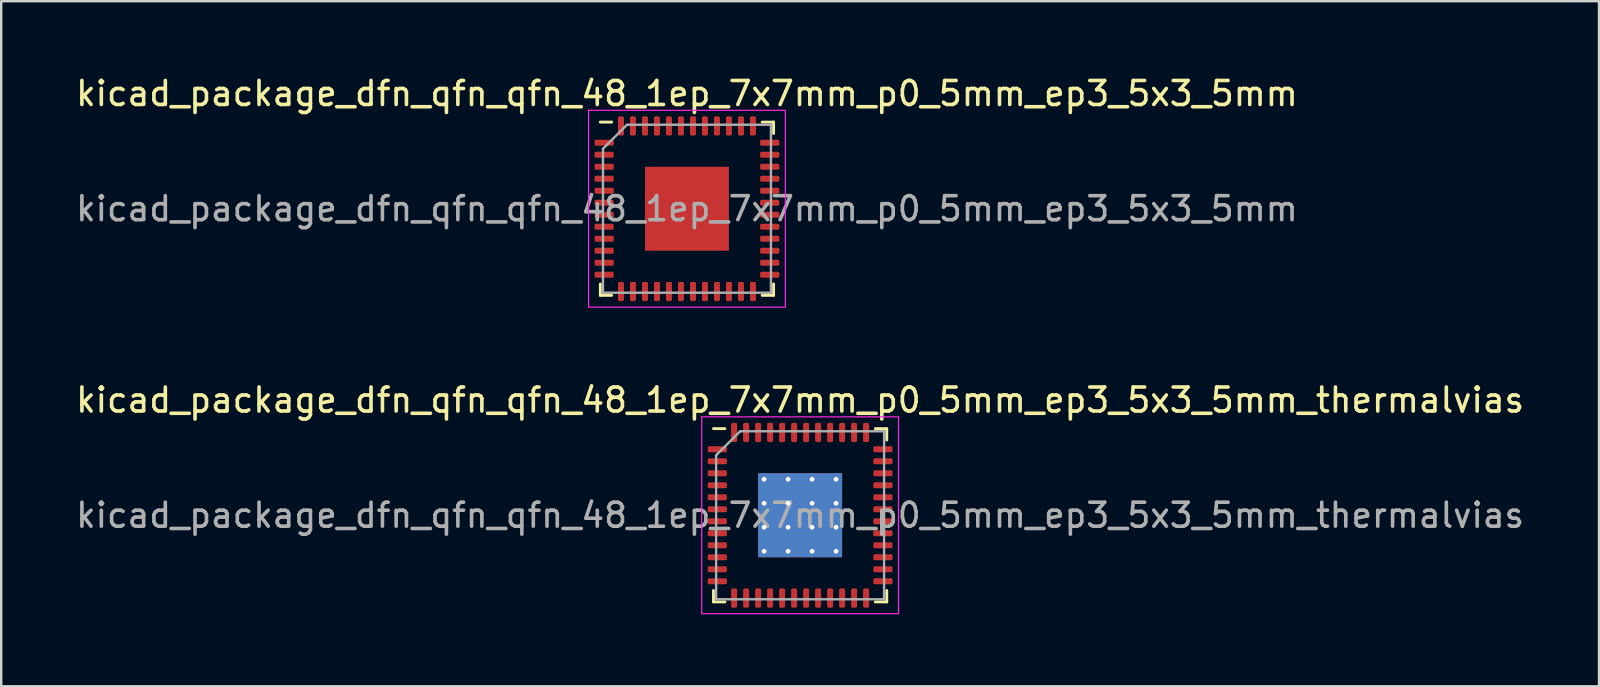
<source format=kicad_pcb>
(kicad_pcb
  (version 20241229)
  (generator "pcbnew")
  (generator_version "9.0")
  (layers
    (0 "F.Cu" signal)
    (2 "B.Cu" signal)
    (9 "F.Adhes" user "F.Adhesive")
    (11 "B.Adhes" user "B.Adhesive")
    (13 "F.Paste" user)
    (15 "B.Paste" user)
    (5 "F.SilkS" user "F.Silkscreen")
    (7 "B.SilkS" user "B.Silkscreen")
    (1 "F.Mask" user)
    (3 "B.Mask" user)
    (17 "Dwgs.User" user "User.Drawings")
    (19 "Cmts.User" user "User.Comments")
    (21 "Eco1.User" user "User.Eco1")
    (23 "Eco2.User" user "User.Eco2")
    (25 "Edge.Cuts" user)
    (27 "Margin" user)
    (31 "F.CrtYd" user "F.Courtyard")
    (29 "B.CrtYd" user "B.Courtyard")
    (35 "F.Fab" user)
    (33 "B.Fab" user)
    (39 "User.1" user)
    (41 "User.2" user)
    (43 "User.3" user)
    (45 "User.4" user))
  (footprint "kicad_package_dfn_qfn_qfn_48_1ep_7x7mm_p0_5mm_ep3_5x3_5mm_thermalvias"
    (layer "F.Cu")
    (at 30.292 18.422)
    (property "Reference" "kicad_package_dfn_qfn_qfn_48_1ep_7x7mm_p0_5mm_ep3_5x3_5mm_thermalvias" (at 0 -4.8 0) (layer "F.SilkS") (effects (font (size 1 1) (thickness 0.15))))
    (attr smd)
    (fp_line (start -3.61 3.61) (end -3.61 3.135) (stroke (width 0.12) (type solid)) (layer "F.SilkS"))
    (fp_line (start -3.135 -3.61) (end -3.61 -3.61) (stroke (width 0.12) (type solid)) (layer "F.SilkS"))
    (fp_line (start -3.135 3.61) (end -3.61 3.61) (stroke (width 0.12) (type solid)) (layer "F.SilkS"))
    (fp_line (start 3.135 -3.61) (end 3.61 -3.61) (stroke (width 0.12) (type solid)) (layer "F.SilkS"))
    (fp_line (start 3.135 3.61) (end 3.61 3.61) (stroke (width 0.12) (type solid)) (layer "F.SilkS"))
    (fp_line (start 3.61 -3.61) (end 3.61 -3.135) (stroke (width 0.12) (type solid)) (layer "F.SilkS"))
    (fp_line (start 3.61 3.61) (end 3.61 3.135) (stroke (width 0.12) (type solid)) (layer "F.SilkS"))
    (fp_line (start -4.1 -4.1) (end -4.1 4.1) (stroke (width 0.05) (type solid)) (layer "F.CrtYd"))
    (fp_line (start -4.1 4.1) (end 4.1 4.1) (stroke (width 0.05) (type solid)) (layer "F.CrtYd"))
    (fp_line (start 4.1 -4.1) (end -4.1 -4.1) (stroke (width 0.05) (type solid)) (layer "F.CrtYd"))
    (fp_line (start 4.1 4.1) (end 4.1 -4.1) (stroke (width 0.05) (type solid)) (layer "F.CrtYd"))
    (fp_line (start -3.5 -2.5) (end -2.5 -3.5) (stroke (width 0.1) (type solid)) (layer "F.Fab"))
    (fp_line (start -3.5 3.5) (end -3.5 -2.5) (stroke (width 0.1) (type solid)) (layer "F.Fab"))
    (fp_line (start -2.5 -3.5) (end 3.5 -3.5) (stroke (width 0.1) (type solid)) (layer "F.Fab"))
    (fp_line (start 3.5 -3.5) (end 3.5 3.5) (stroke (width 0.1) (type solid)) (layer "F.Fab"))
    (fp_line (start 3.5 3.5) (end -3.5 3.5) (stroke (width 0.1) (type solid)) (layer "F.Fab"))
    (fp_text user "${REFERENCE}" (at 0 0 0) (layer "F.Fab") (effects (font (size 1 1) (thickness 0.15))))
    (pad "" smd custom (at -1 -1) (size 0.772 0.772) (layers "F.Paste") (options (anchor circle)) (primitives (gr_poly (pts (xy -0.32 -0.211) (xy -0.211 -0.32) (xy 0.211 -0.32) (xy 0.32 -0.211) (xy 0.32 0.211) (xy 0.211 0.32) (xy -0.211 0.32) (xy -0.32 0.211)) (width 0.264) (fill yes))))
    (pad "" smd custom (at -1 0) (size 0.772 0.772) (layers "F.Paste") (options (anchor circle)) (primitives (gr_poly (pts (xy -0.32 -0.211) (xy -0.211 -0.32) (xy 0.211 -0.32) (xy 0.32 -0.211) (xy 0.32 0.211) (xy 0.211 0.32) (xy -0.211 0.32) (xy -0.32 0.211)) (width 0.264) (fill yes))))
    (pad "" smd custom (at -1 1) (size 0.772 0.772) (layers "F.Paste") (options (anchor circle)) (primitives (gr_poly (pts (xy -0.32 -0.211) (xy -0.211 -0.32) (xy 0.211 -0.32) (xy 0.32 -0.211) (xy 0.32 0.211) (xy 0.211 0.32) (xy -0.211 0.32) (xy -0.32 0.211)) (width 0.264) (fill yes))))
    (pad "" smd custom (at 0 -1) (size 0.772 0.772) (layers "F.Paste") (options (anchor circle)) (primitives (gr_poly (pts (xy -0.32 -0.211) (xy -0.211 -0.32) (xy 0.211 -0.32) (xy 0.32 -0.211) (xy 0.32 0.211) (xy 0.211 0.32) (xy -0.211 0.32) (xy -0.32 0.211)) (width 0.264) (fill yes))))
    (pad "" smd custom (at 0 0) (size 0.772 0.772) (layers "F.Paste") (options (anchor circle)) (primitives (gr_poly (pts (xy -0.32 -0.211) (xy -0.211 -0.32) (xy 0.211 -0.32) (xy 0.32 -0.211) (xy 0.32 0.211) (xy 0.211 0.32) (xy -0.211 0.32) (xy -0.32 0.211)) (width 0.264) (fill yes))))
    (pad "" smd custom (at 0 1) (size 0.772 0.772) (layers "F.Paste") (options (anchor circle)) (primitives (gr_poly (pts (xy -0.32 -0.211) (xy -0.211 -0.32) (xy 0.211 -0.32) (xy 0.32 -0.211) (xy 0.32 0.211) (xy 0.211 0.32) (xy -0.211 0.32) (xy -0.32 0.211)) (width 0.264) (fill yes))))
    (pad "" smd custom (at 1 -1) (size 0.772 0.772) (layers "F.Paste") (options (anchor circle)) (primitives (gr_poly (pts (xy -0.32 -0.211) (xy -0.211 -0.32) (xy 0.211 -0.32) (xy 0.32 -0.211) (xy 0.32 0.211) (xy 0.211 0.32) (xy -0.211 0.32) (xy -0.32 0.211)) (width 0.264) (fill yes))))
    (pad "" smd custom (at 1 0) (size 0.772 0.772) (layers "F.Paste") (options (anchor circle)) (primitives (gr_poly (pts (xy -0.32 -0.211) (xy -0.211 -0.32) (xy 0.211 -0.32) (xy 0.32 -0.211) (xy 0.32 0.211) (xy 0.211 0.32) (xy -0.211 0.32) (xy -0.32 0.211)) (width 0.264) (fill yes))))
    (pad "" smd custom (at 1 1) (size 0.772 0.772) (layers "F.Paste") (options (anchor circle)) (primitives (gr_poly (pts (xy -0.32 -0.211) (xy -0.211 -0.32) (xy 0.211 -0.32) (xy 0.32 -0.211) (xy 0.32 0.211) (xy 0.211 0.32) (xy -0.211 0.32) (xy -0.32 0.211)) (width 0.264) (fill yes))))
    (pad "1" smd roundrect (at -3.45 -2.75) (size 0.8 0.25) (layers "F.Cu" "F.Mask" "F.Paste") (roundrect_rratio 0.25))
    (pad "2" smd roundrect (at -3.45 -2.25) (size 0.8 0.25) (layers "F.Cu" "F.Mask" "F.Paste") (roundrect_rratio 0.25))
    (pad "3" smd roundrect (at -3.45 -1.75) (size 0.8 0.25) (layers "F.Cu" "F.Mask" "F.Paste") (roundrect_rratio 0.25))
    (pad "4" smd roundrect (at -3.45 -1.25) (size 0.8 0.25) (layers "F.Cu" "F.Mask" "F.Paste") (roundrect_rratio 0.25))
    (pad "5" smd roundrect (at -3.45 -0.75) (size 0.8 0.25) (layers "F.Cu" "F.Mask" "F.Paste") (roundrect_rratio 0.25))
    (pad "6" smd roundrect (at -3.45 -0.25) (size 0.8 0.25) (layers "F.Cu" "F.Mask" "F.Paste") (roundrect_rratio 0.25))
    (pad "7" smd roundrect (at -3.45 0.25) (size 0.8 0.25) (layers "F.Cu" "F.Mask" "F.Paste") (roundrect_rratio 0.25))
    (pad "8" smd roundrect (at -3.45 0.75) (size 0.8 0.25) (layers "F.Cu" "F.Mask" "F.Paste") (roundrect_rratio 0.25))
    (pad "9" smd roundrect (at -3.45 1.25) (size 0.8 0.25) (layers "F.Cu" "F.Mask" "F.Paste") (roundrect_rratio 0.25))
    (pad "10" smd roundrect (at -3.45 1.75) (size 0.8 0.25) (layers "F.Cu" "F.Mask" "F.Paste") (roundrect_rratio 0.25))
    (pad "11" smd roundrect (at -3.45 2.25) (size 0.8 0.25) (layers "F.Cu" "F.Mask" "F.Paste") (roundrect_rratio 0.25))
    (pad "12" smd roundrect (at -3.45 2.75) (size 0.8 0.25) (layers "F.Cu" "F.Mask" "F.Paste") (roundrect_rratio 0.25))
    (pad "13" smd roundrect (at -2.75 3.45) (size 0.25 0.8) (layers "F.Cu" "F.Mask" "F.Paste") (roundrect_rratio 0.25))
    (pad "14" smd roundrect (at -2.25 3.45) (size 0.25 0.8) (layers "F.Cu" "F.Mask" "F.Paste") (roundrect_rratio 0.25))
    (pad "15" smd roundrect (at -1.75 3.45) (size 0.25 0.8) (layers "F.Cu" "F.Mask" "F.Paste") (roundrect_rratio 0.25))
    (pad "16" smd roundrect (at -1.25 3.45) (size 0.25 0.8) (layers "F.Cu" "F.Mask" "F.Paste") (roundrect_rratio 0.25))
    (pad "17" smd roundrect (at -0.75 3.45) (size 0.25 0.8) (layers "F.Cu" "F.Mask" "F.Paste") (roundrect_rratio 0.25))
    (pad "18" smd roundrect (at -0.25 3.45) (size 0.25 0.8) (layers "F.Cu" "F.Mask" "F.Paste") (roundrect_rratio 0.25))
    (pad "19" smd roundrect (at 0.25 3.45) (size 0.25 0.8) (layers "F.Cu" "F.Mask" "F.Paste") (roundrect_rratio 0.25))
    (pad "20" smd roundrect (at 0.75 3.45) (size 0.25 0.8) (layers "F.Cu" "F.Mask" "F.Paste") (roundrect_rratio 0.25))
    (pad "21" smd roundrect (at 1.25 3.45) (size 0.25 0.8) (layers "F.Cu" "F.Mask" "F.Paste") (roundrect_rratio 0.25))
    (pad "22" smd roundrect (at 1.75 3.45) (size 0.25 0.8) (layers "F.Cu" "F.Mask" "F.Paste") (roundrect_rratio 0.25))
    (pad "23" smd roundrect (at 2.25 3.45) (size 0.25 0.8) (layers "F.Cu" "F.Mask" "F.Paste") (roundrect_rratio 0.25))
    (pad "24" smd roundrect (at 2.75 3.45) (size 0.25 0.8) (layers "F.Cu" "F.Mask" "F.Paste") (roundrect_rratio 0.25))
    (pad "25" smd roundrect (at 3.45 2.75) (size 0.8 0.25) (layers "F.Cu" "F.Mask" "F.Paste") (roundrect_rratio 0.25))
    (pad "26" smd roundrect (at 3.45 2.25) (size 0.8 0.25) (layers "F.Cu" "F.Mask" "F.Paste") (roundrect_rratio 0.25))
    (pad "27" smd roundrect (at 3.45 1.75) (size 0.8 0.25) (layers "F.Cu" "F.Mask" "F.Paste") (roundrect_rratio 0.25))
    (pad "28" smd roundrect (at 3.45 1.25) (size 0.8 0.25) (layers "F.Cu" "F.Mask" "F.Paste") (roundrect_rratio 0.25))
    (pad "29" smd roundrect (at 3.45 0.75) (size 0.8 0.25) (layers "F.Cu" "F.Mask" "F.Paste") (roundrect_rratio 0.25))
    (pad "30" smd roundrect (at 3.45 0.25) (size 0.8 0.25) (layers "F.Cu" "F.Mask" "F.Paste") (roundrect_rratio 0.25))
    (pad "31" smd roundrect (at 3.45 -0.25) (size 0.8 0.25) (layers "F.Cu" "F.Mask" "F.Paste") (roundrect_rratio 0.25))
    (pad "32" smd roundrect (at 3.45 -0.75) (size 0.8 0.25) (layers "F.Cu" "F.Mask" "F.Paste") (roundrect_rratio 0.25))
    (pad "33" smd roundrect (at 3.45 -1.25) (size 0.8 0.25) (layers "F.Cu" "F.Mask" "F.Paste") (roundrect_rratio 0.25))
    (pad "34" smd roundrect (at 3.45 -1.75) (size 0.8 0.25) (layers "F.Cu" "F.Mask" "F.Paste") (roundrect_rratio 0.25))
    (pad "35" smd roundrect (at 3.45 -2.25) (size 0.8 0.25) (layers "F.Cu" "F.Mask" "F.Paste") (roundrect_rratio 0.25))
    (pad "36" smd roundrect (at 3.45 -2.75) (size 0.8 0.25) (layers "F.Cu" "F.Mask" "F.Paste") (roundrect_rratio 0.25))
    (pad "37" smd roundrect (at 2.75 -3.45) (size 0.25 0.8) (layers "F.Cu" "F.Mask" "F.Paste") (roundrect_rratio 0.25))
    (pad "38" smd roundrect (at 2.25 -3.45) (size 0.25 0.8) (layers "F.Cu" "F.Mask" "F.Paste") (roundrect_rratio 0.25))
    (pad "39" smd roundrect (at 1.75 -3.45) (size 0.25 0.8) (layers "F.Cu" "F.Mask" "F.Paste") (roundrect_rratio 0.25))
    (pad "40" smd roundrect (at 1.25 -3.45) (size 0.25 0.8) (layers "F.Cu" "F.Mask" "F.Paste") (roundrect_rratio 0.25))
    (pad "41" smd roundrect (at 0.75 -3.45) (size 0.25 0.8) (layers "F.Cu" "F.Mask" "F.Paste") (roundrect_rratio 0.25))
    (pad "42" smd roundrect (at 0.25 -3.45) (size 0.25 0.8) (layers "F.Cu" "F.Mask" "F.Paste") (roundrect_rratio 0.25))
    (pad "43" smd roundrect (at -0.25 -3.45) (size 0.25 0.8) (layers "F.Cu" "F.Mask" "F.Paste") (roundrect_rratio 0.25))
    (pad "44" smd roundrect (at -0.75 -3.45) (size 0.25 0.8) (layers "F.Cu" "F.Mask" "F.Paste") (roundrect_rratio 0.25))
    (pad "45" smd roundrect (at -1.25 -3.45) (size 0.25 0.8) (layers "F.Cu" "F.Mask" "F.Paste") (roundrect_rratio 0.25))
    (pad "46" smd roundrect (at -1.75 -3.45) (size 0.25 0.8) (layers "F.Cu" "F.Mask" "F.Paste") (roundrect_rratio 0.25))
    (pad "47" smd roundrect (at -2.25 -3.45) (size 0.25 0.8) (layers "F.Cu" "F.Mask" "F.Paste") (roundrect_rratio 0.25))
    (pad "48" smd roundrect (at -2.75 -3.45) (size 0.25 0.8) (layers "F.Cu" "F.Mask" "F.Paste") (roundrect_rratio 0.25))
    (pad "49" thru_hole circle (at -1.5 -1.5) (size 0.5 0.5) (drill 0.2) (layers "*.Cu"))
    (pad "49" thru_hole circle (at -1.5 -0.5) (size 0.5 0.5) (drill 0.2) (layers "*.Cu"))
    (pad "49" thru_hole circle (at -1.5 0.5) (size 0.5 0.5) (drill 0.2) (layers "*.Cu"))
    (pad "49" thru_hole circle (at -1.5 1.5) (size 0.5 0.5) (drill 0.2) (layers "*.Cu"))
    (pad "49" thru_hole circle (at -0.5 -1.5) (size 0.5 0.5) (drill 0.2) (layers "*.Cu"))
    (pad "49" thru_hole circle (at -0.5 -0.5) (size 0.5 0.5) (drill 0.2) (layers "*.Cu"))
    (pad "49" thru_hole circle (at -0.5 0.5) (size 0.5 0.5) (drill 0.2) (layers "*.Cu"))
    (pad "49" thru_hole circle (at -0.5 1.5) (size 0.5 0.5) (drill 0.2) (layers "*.Cu"))
    (pad "49" smd rect (at 0 0) (size 3.5 3.5) (layers "F.Cu" "F.Mask"))
    (pad "49" smd rect (at 0 0) (size 3.5 3.5) (layers "B.Cu"))
    (pad "49" thru_hole circle (at 0.5 -1.5) (size 0.5 0.5) (drill 0.2) (layers "*.Cu"))
    (pad "49" thru_hole circle (at 0.5 -0.5) (size 0.5 0.5) (drill 0.2) (layers "*.Cu"))
    (pad "49" thru_hole circle (at 0.5 0.5) (size 0.5 0.5) (drill 0.2) (layers "*.Cu"))
    (pad "49" thru_hole circle (at 0.5 1.5) (size 0.5 0.5) (drill 0.2) (layers "*.Cu"))
    (pad "49" thru_hole circle (at 1.5 -1.5) (size 0.5 0.5) (drill 0.2) (layers "*.Cu"))
    (pad "49" thru_hole circle (at 1.5 -0.5) (size 0.5 0.5) (drill 0.2) (layers "*.Cu"))
    (pad "49" thru_hole circle (at 1.5 0.5) (size 0.5 0.5) (drill 0.2) (layers "*.Cu"))
    (pad "49" thru_hole circle (at 1.5 1.5) (size 0.5 0.5) (drill 0.2) (layers "*.Cu")))
  (footprint "kicad_package_dfn_qfn_qfn_48_1ep_7x7mm_p0_5mm_ep3_5x3_5mm"
    (layer "F.Cu")
    (at 25.577 5.648)
    (property "Reference" "kicad_package_dfn_qfn_qfn_48_1ep_7x7mm_p0_5mm_ep3_5x3_5mm" (at 0 -4.8 0) (layer "F.SilkS") (effects (font (size 1 1) (thickness 0.15))))
    (attr smd)
    (fp_line (start -3.61 3.61) (end -3.61 3.135) (stroke (width 0.12) (type solid)) (layer "F.SilkS"))
    (fp_line (start -3.135 -3.61) (end -3.61 -3.61) (stroke (width 0.12) (type solid)) (layer "F.SilkS"))
    (fp_line (start -3.135 3.61) (end -3.61 3.61) (stroke (width 0.12) (type solid)) (layer "F.SilkS"))
    (fp_line (start 3.135 -3.61) (end 3.61 -3.61) (stroke (width 0.12) (type solid)) (layer "F.SilkS"))
    (fp_line (start 3.135 3.61) (end 3.61 3.61) (stroke (width 0.12) (type solid)) (layer "F.SilkS"))
    (fp_line (start 3.61 -3.61) (end 3.61 -3.135) (stroke (width 0.12) (type solid)) (layer "F.SilkS"))
    (fp_line (start 3.61 3.61) (end 3.61 3.135) (stroke (width 0.12) (type solid)) (layer "F.SilkS"))
    (fp_line (start -4.1 -4.1) (end -4.1 4.1) (stroke (width 0.05) (type solid)) (layer "F.CrtYd"))
    (fp_line (start -4.1 4.1) (end 4.1 4.1) (stroke (width 0.05) (type solid)) (layer "F.CrtYd"))
    (fp_line (start 4.1 -4.1) (end -4.1 -4.1) (stroke (width 0.05) (type solid)) (layer "F.CrtYd"))
    (fp_line (start 4.1 4.1) (end 4.1 -4.1) (stroke (width 0.05) (type solid)) (layer "F.CrtYd"))
    (fp_line (start -3.5 -2.5) (end -2.5 -3.5) (stroke (width 0.1) (type solid)) (layer "F.Fab"))
    (fp_line (start -3.5 3.5) (end -3.5 -2.5) (stroke (width 0.1) (type solid)) (layer "F.Fab"))
    (fp_line (start -2.5 -3.5) (end 3.5 -3.5) (stroke (width 0.1) (type solid)) (layer "F.Fab"))
    (fp_line (start 3.5 -3.5) (end 3.5 3.5) (stroke (width 0.1) (type solid)) (layer "F.Fab"))
    (fp_line (start 3.5 3.5) (end -3.5 3.5) (stroke (width 0.1) (type solid)) (layer "F.Fab"))
    (fp_text user "${REFERENCE}" (at 0 0 0) (layer "F.Fab") (effects (font (size 1 1) (thickness 0.15))))
    (pad "" smd roundrect (at -1.17 -1.17) (size 0.94 0.94) (layers "F.Paste") (roundrect_rratio 0.25))
    (pad "" smd roundrect (at -1.17 0) (size 0.94 0.94) (layers "F.Paste") (roundrect_rratio 0.25))
    (pad "" smd roundrect (at -1.17 1.17) (size 0.94 0.94) (layers "F.Paste") (roundrect_rratio 0.25))
    (pad "" smd roundrect (at 0 -1.17) (size 0.94 0.94) (layers "F.Paste") (roundrect_rratio 0.25))
    (pad "" smd roundrect (at 0 0) (size 0.94 0.94) (layers "F.Paste") (roundrect_rratio 0.25))
    (pad "" smd roundrect (at 0 1.17) (size 0.94 0.94) (layers "F.Paste") (roundrect_rratio 0.25))
    (pad "" smd roundrect (at 1.17 -1.17) (size 0.94 0.94) (layers "F.Paste") (roundrect_rratio 0.25))
    (pad "" smd roundrect (at 1.17 0) (size 0.94 0.94) (layers "F.Paste") (roundrect_rratio 0.25))
    (pad "" smd roundrect (at 1.17 1.17) (size 0.94 0.94) (layers "F.Paste") (roundrect_rratio 0.25))
    (pad "1" smd roundrect (at -3.45 -2.75) (size 0.8 0.25) (layers "F.Cu" "F.Mask" "F.Paste") (roundrect_rratio 0.25))
    (pad "2" smd roundrect (at -3.45 -2.25) (size 0.8 0.25) (layers "F.Cu" "F.Mask" "F.Paste") (roundrect_rratio 0.25))
    (pad "3" smd roundrect (at -3.45 -1.75) (size 0.8 0.25) (layers "F.Cu" "F.Mask" "F.Paste") (roundrect_rratio 0.25))
    (pad "4" smd roundrect (at -3.45 -1.25) (size 0.8 0.25) (layers "F.Cu" "F.Mask" "F.Paste") (roundrect_rratio 0.25))
    (pad "5" smd roundrect (at -3.45 -0.75) (size 0.8 0.25) (layers "F.Cu" "F.Mask" "F.Paste") (roundrect_rratio 0.25))
    (pad "6" smd roundrect (at -3.45 -0.25) (size 0.8 0.25) (layers "F.Cu" "F.Mask" "F.Paste") (roundrect_rratio 0.25))
    (pad "7" smd roundrect (at -3.45 0.25) (size 0.8 0.25) (layers "F.Cu" "F.Mask" "F.Paste") (roundrect_rratio 0.25))
    (pad "8" smd roundrect (at -3.45 0.75) (size 0.8 0.25) (layers "F.Cu" "F.Mask" "F.Paste") (roundrect_rratio 0.25))
    (pad "9" smd roundrect (at -3.45 1.25) (size 0.8 0.25) (layers "F.Cu" "F.Mask" "F.Paste") (roundrect_rratio 0.25))
    (pad "10" smd roundrect (at -3.45 1.75) (size 0.8 0.25) (layers "F.Cu" "F.Mask" "F.Paste") (roundrect_rratio 0.25))
    (pad "11" smd roundrect (at -3.45 2.25) (size 0.8 0.25) (layers "F.Cu" "F.Mask" "F.Paste") (roundrect_rratio 0.25))
    (pad "12" smd roundrect (at -3.45 2.75) (size 0.8 0.25) (layers "F.Cu" "F.Mask" "F.Paste") (roundrect_rratio 0.25))
    (pad "13" smd roundrect (at -2.75 3.45) (size 0.25 0.8) (layers "F.Cu" "F.Mask" "F.Paste") (roundrect_rratio 0.25))
    (pad "14" smd roundrect (at -2.25 3.45) (size 0.25 0.8) (layers "F.Cu" "F.Mask" "F.Paste") (roundrect_rratio 0.25))
    (pad "15" smd roundrect (at -1.75 3.45) (size 0.25 0.8) (layers "F.Cu" "F.Mask" "F.Paste") (roundrect_rratio 0.25))
    (pad "16" smd roundrect (at -1.25 3.45) (size 0.25 0.8) (layers "F.Cu" "F.Mask" "F.Paste") (roundrect_rratio 0.25))
    (pad "17" smd roundrect (at -0.75 3.45) (size 0.25 0.8) (layers "F.Cu" "F.Mask" "F.Paste") (roundrect_rratio 0.25))
    (pad "18" smd roundrect (at -0.25 3.45) (size 0.25 0.8) (layers "F.Cu" "F.Mask" "F.Paste") (roundrect_rratio 0.25))
    (pad "19" smd roundrect (at 0.25 3.45) (size 0.25 0.8) (layers "F.Cu" "F.Mask" "F.Paste") (roundrect_rratio 0.25))
    (pad "20" smd roundrect (at 0.75 3.45) (size 0.25 0.8) (layers "F.Cu" "F.Mask" "F.Paste") (roundrect_rratio 0.25))
    (pad "21" smd roundrect (at 1.25 3.45) (size 0.25 0.8) (layers "F.Cu" "F.Mask" "F.Paste") (roundrect_rratio 0.25))
    (pad "22" smd roundrect (at 1.75 3.45) (size 0.25 0.8) (layers "F.Cu" "F.Mask" "F.Paste") (roundrect_rratio 0.25))
    (pad "23" smd roundrect (at 2.25 3.45) (size 0.25 0.8) (layers "F.Cu" "F.Mask" "F.Paste") (roundrect_rratio 0.25))
    (pad "24" smd roundrect (at 2.75 3.45) (size 0.25 0.8) (layers "F.Cu" "F.Mask" "F.Paste") (roundrect_rratio 0.25))
    (pad "25" smd roundrect (at 3.45 2.75) (size 0.8 0.25) (layers "F.Cu" "F.Mask" "F.Paste") (roundrect_rratio 0.25))
    (pad "26" smd roundrect (at 3.45 2.25) (size 0.8 0.25) (layers "F.Cu" "F.Mask" "F.Paste") (roundrect_rratio 0.25))
    (pad "27" smd roundrect (at 3.45 1.75) (size 0.8 0.25) (layers "F.Cu" "F.Mask" "F.Paste") (roundrect_rratio 0.25))
    (pad "28" smd roundrect (at 3.45 1.25) (size 0.8 0.25) (layers "F.Cu" "F.Mask" "F.Paste") (roundrect_rratio 0.25))
    (pad "29" smd roundrect (at 3.45 0.75) (size 0.8 0.25) (layers "F.Cu" "F.Mask" "F.Paste") (roundrect_rratio 0.25))
    (pad "30" smd roundrect (at 3.45 0.25) (size 0.8 0.25) (layers "F.Cu" "F.Mask" "F.Paste") (roundrect_rratio 0.25))
    (pad "31" smd roundrect (at 3.45 -0.25) (size 0.8 0.25) (layers "F.Cu" "F.Mask" "F.Paste") (roundrect_rratio 0.25))
    (pad "32" smd roundrect (at 3.45 -0.75) (size 0.8 0.25) (layers "F.Cu" "F.Mask" "F.Paste") (roundrect_rratio 0.25))
    (pad "33" smd roundrect (at 3.45 -1.25) (size 0.8 0.25) (layers "F.Cu" "F.Mask" "F.Paste") (roundrect_rratio 0.25))
    (pad "34" smd roundrect (at 3.45 -1.75) (size 0.8 0.25) (layers "F.Cu" "F.Mask" "F.Paste") (roundrect_rratio 0.25))
    (pad "35" smd roundrect (at 3.45 -2.25) (size 0.8 0.25) (layers "F.Cu" "F.Mask" "F.Paste") (roundrect_rratio 0.25))
    (pad "36" smd roundrect (at 3.45 -2.75) (size 0.8 0.25) (layers "F.Cu" "F.Mask" "F.Paste") (roundrect_rratio 0.25))
    (pad "37" smd roundrect (at 2.75 -3.45) (size 0.25 0.8) (layers "F.Cu" "F.Mask" "F.Paste") (roundrect_rratio 0.25))
    (pad "38" smd roundrect (at 2.25 -3.45) (size 0.25 0.8) (layers "F.Cu" "F.Mask" "F.Paste") (roundrect_rratio 0.25))
    (pad "39" smd roundrect (at 1.75 -3.45) (size 0.25 0.8) (layers "F.Cu" "F.Mask" "F.Paste") (roundrect_rratio 0.25))
    (pad "40" smd roundrect (at 1.25 -3.45) (size 0.25 0.8) (layers "F.Cu" "F.Mask" "F.Paste") (roundrect_rratio 0.25))
    (pad "41" smd roundrect (at 0.75 -3.45) (size 0.25 0.8) (layers "F.Cu" "F.Mask" "F.Paste") (roundrect_rratio 0.25))
    (pad "42" smd roundrect (at 0.25 -3.45) (size 0.25 0.8) (layers "F.Cu" "F.Mask" "F.Paste") (roundrect_rratio 0.25))
    (pad "43" smd roundrect (at -0.25 -3.45) (size 0.25 0.8) (layers "F.Cu" "F.Mask" "F.Paste") (roundrect_rratio 0.25))
    (pad "44" smd roundrect (at -0.75 -3.45) (size 0.25 0.8) (layers "F.Cu" "F.Mask" "F.Paste") (roundrect_rratio 0.25))
    (pad "45" smd roundrect (at -1.25 -3.45) (size 0.25 0.8) (layers "F.Cu" "F.Mask" "F.Paste") (roundrect_rratio 0.25))
    (pad "46" smd roundrect (at -1.75 -3.45) (size 0.25 0.8) (layers "F.Cu" "F.Mask" "F.Paste") (roundrect_rratio 0.25))
    (pad "47" smd roundrect (at -2.25 -3.45) (size 0.25 0.8) (layers "F.Cu" "F.Mask" "F.Paste") (roundrect_rratio 0.25))
    (pad "48" smd roundrect (at -2.75 -3.45) (size 0.25 0.8) (layers "F.Cu" "F.Mask" "F.Paste") (roundrect_rratio 0.25))
    (pad "49" smd rect (at 0 0) (size 3.5 3.5) (layers "F.Cu" "F.Mask")))
  (gr_rect
    (start -3 -3)
    (end 63.583 25.547)
    (stroke (width 0.1) (type default))
    (fill no)
    (layer "Edge.Cuts")))
</source>
